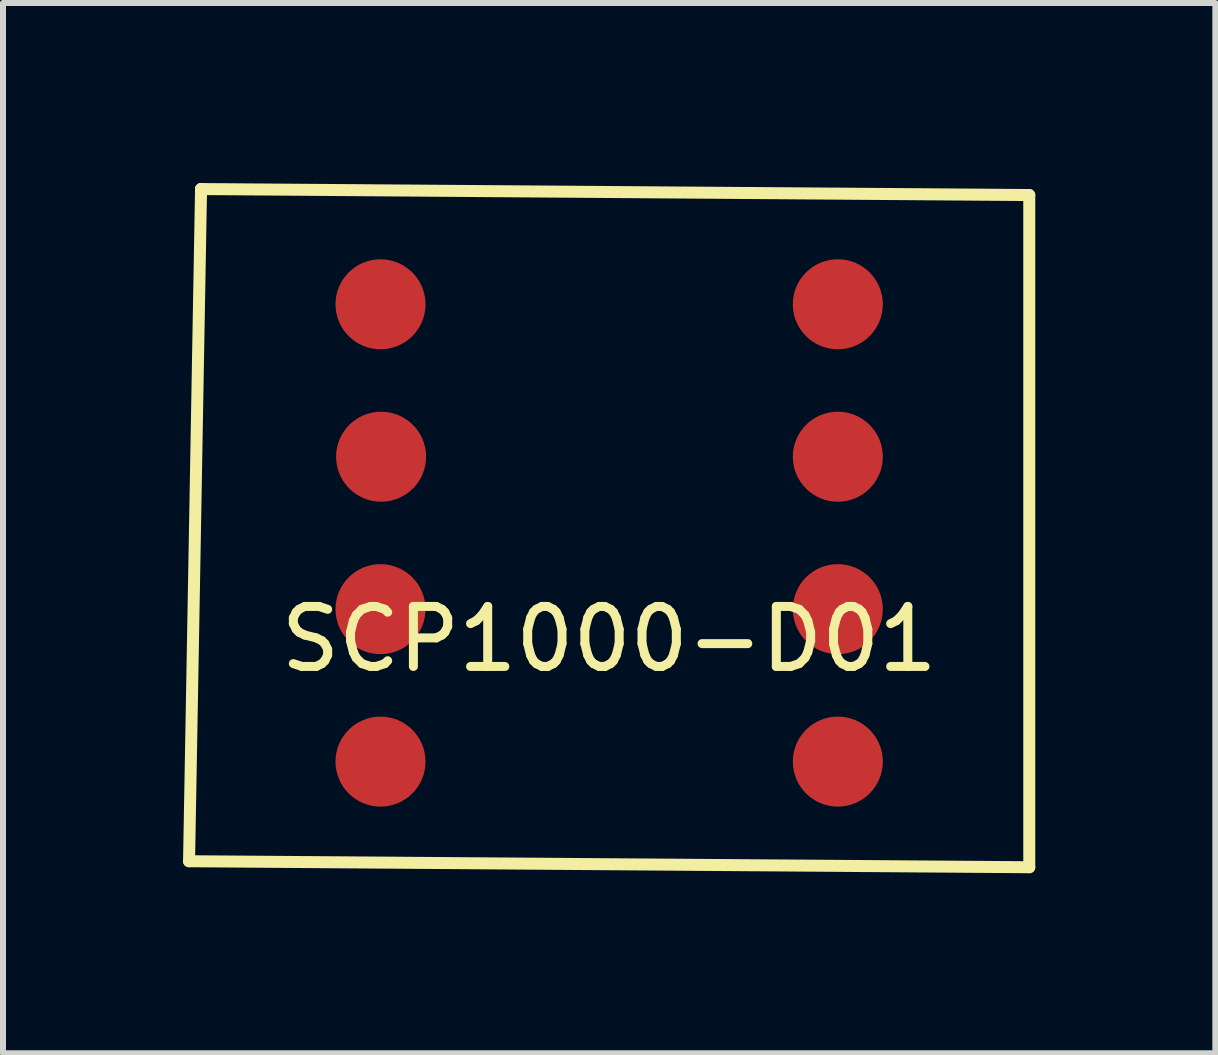
<source format=kicad_pcb>
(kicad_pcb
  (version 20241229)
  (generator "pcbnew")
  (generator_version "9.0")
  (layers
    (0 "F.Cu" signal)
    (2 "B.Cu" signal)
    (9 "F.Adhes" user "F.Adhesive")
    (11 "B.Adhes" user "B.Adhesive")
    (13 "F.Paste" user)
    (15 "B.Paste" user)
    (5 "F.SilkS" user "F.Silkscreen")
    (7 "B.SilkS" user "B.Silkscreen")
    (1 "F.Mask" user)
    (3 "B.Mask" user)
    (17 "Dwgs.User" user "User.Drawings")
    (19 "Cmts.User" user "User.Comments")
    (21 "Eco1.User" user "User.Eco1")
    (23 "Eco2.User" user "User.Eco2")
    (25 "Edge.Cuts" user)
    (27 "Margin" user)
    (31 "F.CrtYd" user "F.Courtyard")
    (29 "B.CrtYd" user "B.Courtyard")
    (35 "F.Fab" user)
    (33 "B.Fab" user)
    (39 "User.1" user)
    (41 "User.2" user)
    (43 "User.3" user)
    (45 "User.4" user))
  (footprint "SCP1000-D01"
    (layer "F.Cu")
    (at 7.1 7.1)
    (property "Reference" "SCP1000-D01" (at 0 0.5 0) (layer "F.SilkS") (effects (font (size 1 1) (thickness 0.15))))
    (attr through_hole)
    (fp_line (start -7 4.2) (end -6.8 -7) (stroke (width 0.2) (type solid)) (layer "F.SilkS"))
    (fp_line (start -6.8 -7) (end -6.8 -6.9) (stroke (width 0.2) (type solid)) (layer "F.SilkS"))
    (fp_line (start -6.8 -7) (end 7 -6.9) (stroke (width 0.2) (type solid)) (layer "F.SilkS"))
    (fp_line (start 7 -6.9) (end 7 4.3) (stroke (width 0.2) (type solid)) (layer "F.SilkS"))
    (fp_line (start 7 4.3) (end -7 4.2) (stroke (width 0.2) (type solid)) (layer "F.SilkS"))
    (pad "1" smd circle (at -3.81 -5.08) (size 1.5 1.5) (layers "F.Cu" "F.Mask" "F.Paste"))
    (pad "2" smd circle (at -3.8 -2.54) (size 1.5 1.5) (layers "F.Cu" "F.Mask" "F.Paste"))
    (pad "3" smd circle (at -3.81 0) (size 1.5 1.5) (layers "F.Cu" "F.Mask" "F.Paste"))
    (pad "4" smd circle (at -3.81 2.54) (size 1.5 1.5) (layers "F.Cu" "F.Mask" "F.Paste"))
    (pad "5" smd circle (at 3.81 2.54) (size 1.5 1.5) (layers "F.Cu" "F.Mask" "F.Paste"))
    (pad "6" smd circle (at 3.81 0) (size 1.5 1.5) (layers "F.Cu" "F.Mask" "F.Paste"))
    (pad "7" smd circle (at 3.81 -2.54) (size 1.5 1.5) (layers "F.Cu" "F.Mask" "F.Paste"))
    (pad "8" smd circle (at 3.81 -5.08) (size 1.5 1.5) (layers "F.Cu" "F.Mask" "F.Paste")))
  (gr_rect
    (start -3 -3)
    (end 17.2 14.5)
    (stroke (width 0.1) (type default))
    (fill no)
    (layer "Edge.Cuts")))
</source>
